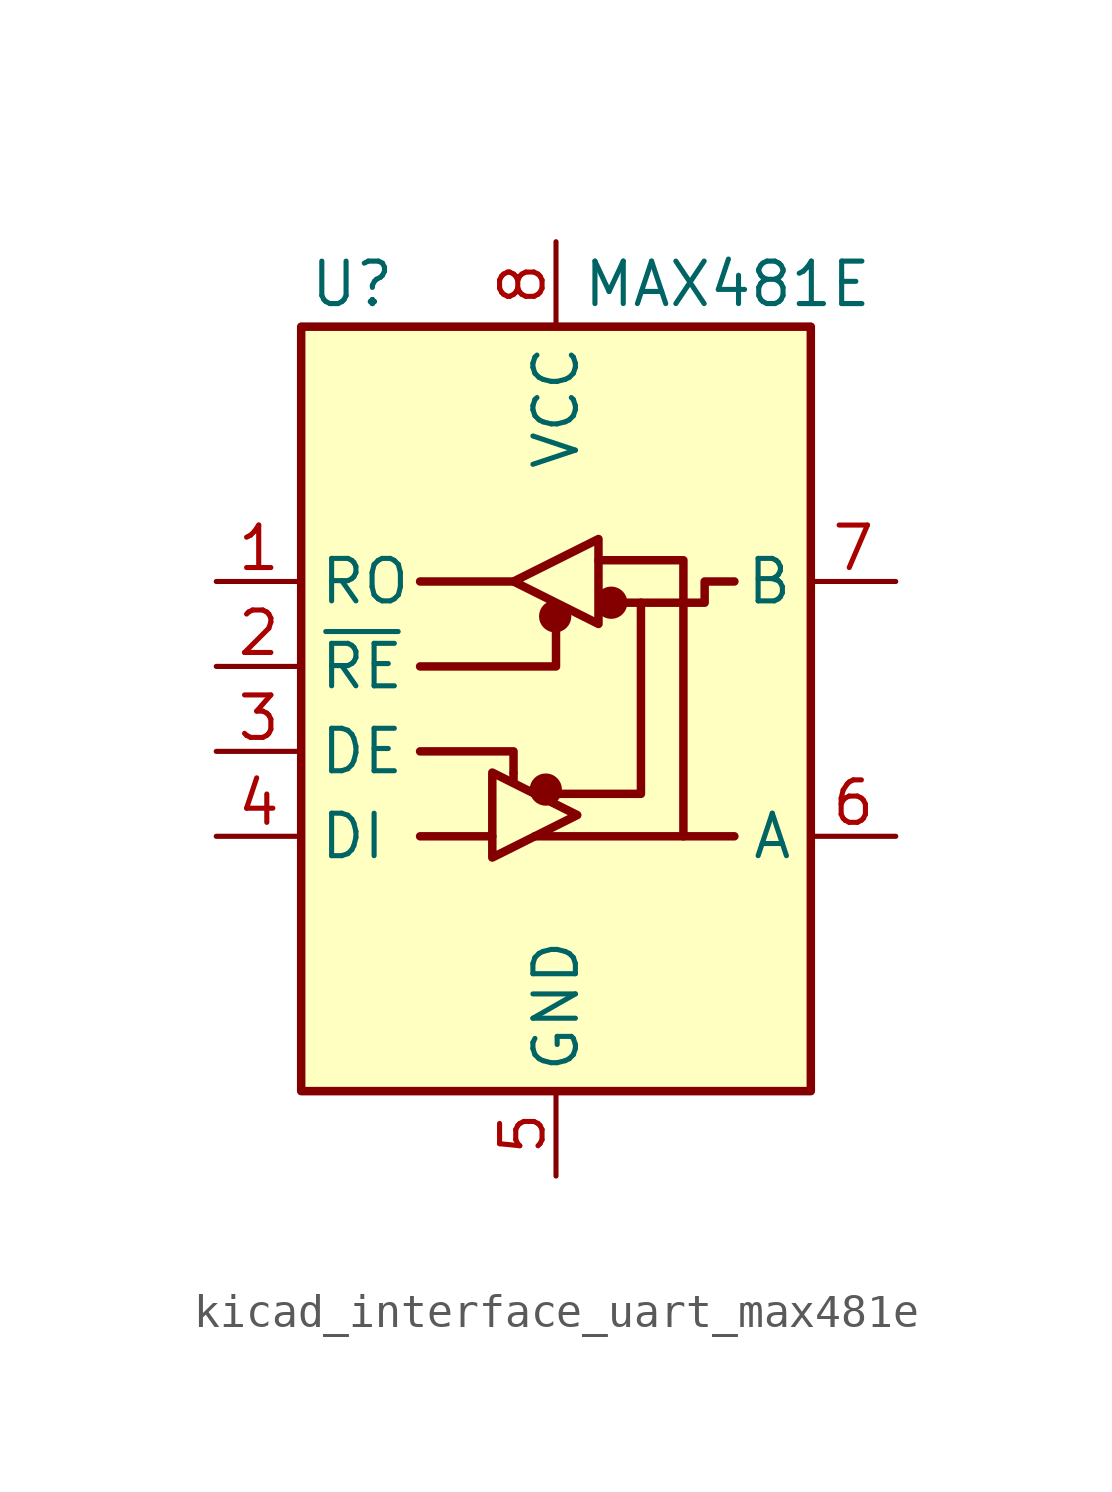
<source format=kicad_sym>
(kicad_symbol_lib
  (version 20220914)
  (generator kicad_symbol_editor)
  (symbol "kicad_interface_uart_max481e"
    (property "Reference" "U"
      (at -6.096 11.43 0)
      (effects (font (size 1.27 1.27))))
    (property "Value" "MAX481E"
      (at 0.762 11.43 0)
      (effects (font (size 1.27 1.27)) (justify left)))
    (symbol "kicad_interface_uart_max481e_0_1"
      (rectangle (start -7.62 10.16) (end 7.62 -12.7) (stroke (width 0.254) (type default)) (fill (type background)))
      (circle (center -0.305 -3.683) (radius 0.356) (stroke (width 0.254) (type default)) (fill (type outline)))
      (circle (center -0.025 1.499) (radius 0.356) (stroke (width 0.254) (type default)) (fill (type outline)))
      (polyline (pts (xy -4.064 -5.08) (xy -1.905 -5.08)) (stroke (width 0.254) (type default)) (fill (type none)))
      (polyline (pts (xy -4.064 2.54) (xy -1.27 2.54)) (stroke (width 0.254) (type default)) (fill (type none)))
      (polyline (pts (xy -1.27 -3.2) (xy -1.27 -3.454)) (stroke (width 0.254) (type default)) (fill (type none)))
      (polyline (pts (xy -0.635 -5.08) (xy 5.334 -5.08)) (stroke (width 0.254) (type default)) (fill (type none)))
      (polyline (pts (xy -4.064 -2.54) (xy -1.27 -2.54) (xy -1.27 -3.175)) (stroke (width 0.254) (type default)) (fill (type none)))
      (polyline (pts (xy 0 1.27) (xy 0 0) (xy -4.064 0)) (stroke (width 0.254) (type default)) (fill (type none)))
      (polyline (pts (xy 1.27 3.175) (xy 3.81 3.175) (xy 3.81 -5.08)) (stroke (width 0.254) (type default)) (fill (type none)))
      (polyline (pts (xy 2.54 1.905) (xy 2.54 -3.81) (xy 0 -3.81)) (stroke (width 0.254) (type default)) (fill (type none)))
      (polyline (pts (xy -1.905 -3.175) (xy -1.905 -5.715) (xy 0.635 -4.445) (xy -1.905 -3.175)) (stroke (width 0.254) (type default)) (fill (type none)))
      (polyline (pts (xy -1.27 2.54) (xy 1.27 3.81) (xy 1.27 1.27) (xy -1.27 2.54)) (stroke (width 0.254) (type default)) (fill (type none)))
      (polyline (pts (xy 1.905 1.905) (xy 4.445 1.905) (xy 4.445 2.54) (xy 5.334 2.54)) (stroke (width 0.254) (type default)) (fill (type none)))
      (rectangle (start 1.27 3.175) (end 1.27 3.175) (stroke (width 0) (type default)) (fill (type none)))
      (circle (center 1.651 1.905) (radius 0.356) (stroke (width 0.254) (type default)) (fill (type outline))))
    (symbol "kicad_interface_uart_max481e_1_1"
      (pin output line (at -10.16 2.54 0) (length 2.54) (name "RO" (effects (font (size 1.27 1.27)))) (number "1" (effects (font (size 1.27 1.27)))))
      (pin input line (at -10.16 0 0) (length 2.54) (name "~{RE}" (effects (font (size 1.27 1.27)))) (number "2" (effects (font (size 1.27 1.27)))))
      (pin input line (at -10.16 -2.54 0) (length 2.54) (name "DE" (effects (font (size 1.27 1.27)))) (number "3" (effects (font (size 1.27 1.27)))))
      (pin input line (at -10.16 -5.08 0) (length 2.54) (name "DI" (effects (font (size 1.27 1.27)))) (number "4" (effects (font (size 1.27 1.27)))))
      (pin power_in line (at 0 -15.24 90) (length 2.54) (name "GND" (effects (font (size 1.27 1.27)))) (number "5" (effects (font (size 1.27 1.27)))))
      (pin bidirectional line (at 10.16 -5.08 180) (length 2.54) (name "A" (effects (font (size 1.27 1.27)))) (number "6" (effects (font (size 1.27 1.27)))))
      (pin bidirectional line (at 10.16 2.54 180) (length 2.54) (name "B" (effects (font (size 1.27 1.27)))) (number "7" (effects (font (size 1.27 1.27)))))
      (pin power_in line (at 0 12.7 270) (length 2.54) (name "VCC" (effects (font (size 1.27 1.27)))) (number "8" (effects (font (size 1.27 1.27))))))))
</source>
